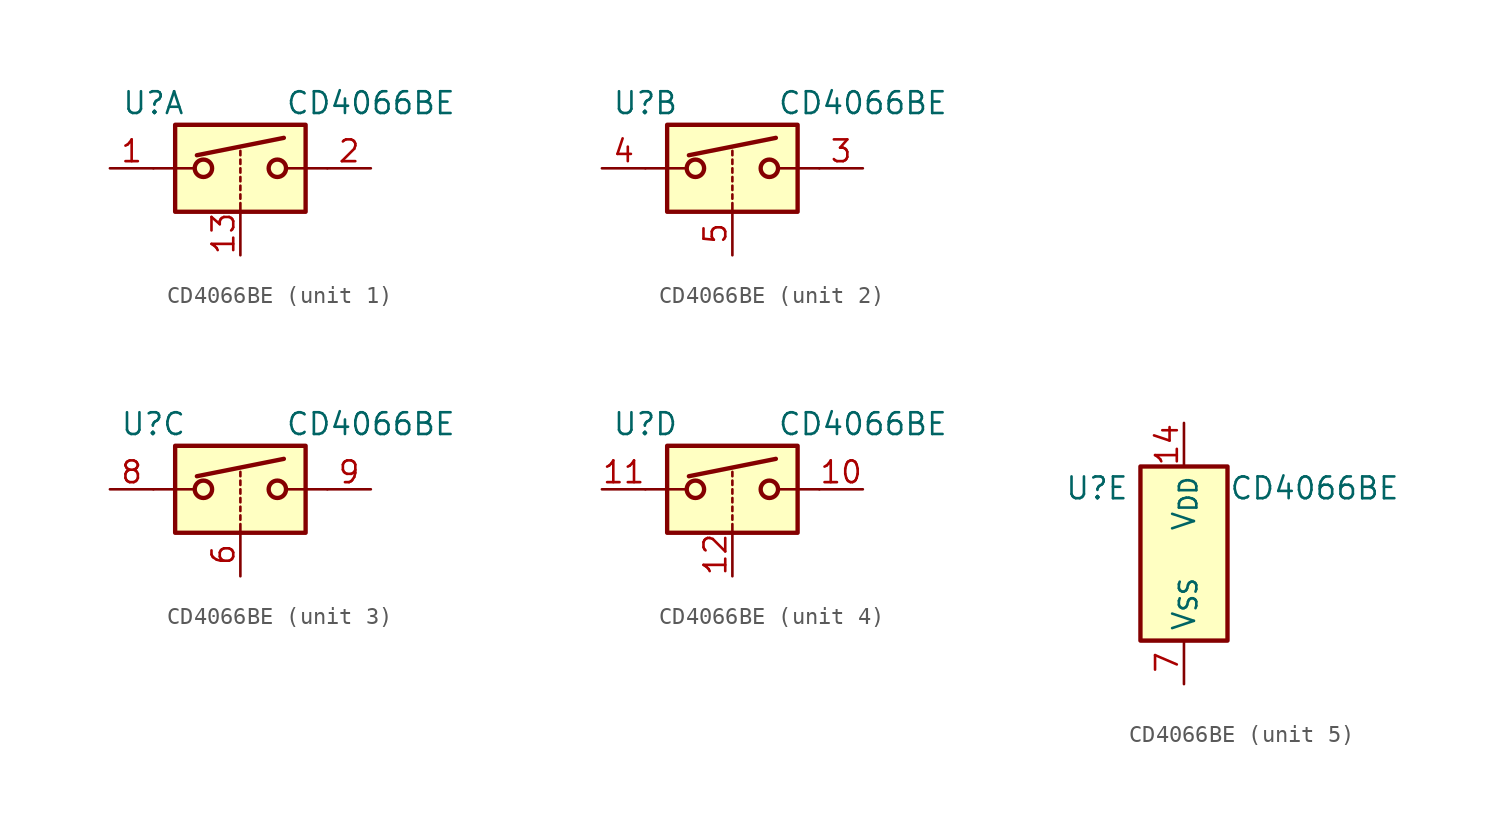
<source format=kicad_sym>
(kicad_symbol_lib
  (version 20220914)
  (generator kicad_symbol_editor)
  (symbol "CD4066BE"
    (property "Reference" "U"
      (at -5.08 3.81 0)
      (effects (font (size 1.27 1.27))))
    (property "Value" "CD4066BE"
      (at 7.62 3.81 0)
      (effects (font (size 1.27 1.27))))
    (property "ki_locked" ""
      (at 0 0 0)
      (effects (font (size 1.27 1.27))))
    (symbol "CD4066BE_1_1"
      (rectangle (start -3.81 2.54) (end 3.81 -2.54) (stroke (width 0.254) (type default)) (fill (type background)))
      (circle (center -2.159 0) (radius 0.508) (stroke (width 0.254) (type default)) (fill (type none)))
      (polyline (pts (xy -5.08 0) (xy -2.794 0)) (stroke (width 0) (type default)) (fill (type none)))
      (polyline (pts (xy -2.54 0.762) (xy 2.54 1.778)) (stroke (width 0.254) (type default)) (fill (type none)))
      (polyline (pts (xy 0 -2.54) (xy 0 -2.032)) (stroke (width 0) (type default)) (fill (type none)))
      (polyline (pts (xy 0 -1.778) (xy 0 -1.524)) (stroke (width 0) (type default)) (fill (type none)))
      (polyline (pts (xy 0 -1.27) (xy 0 -1.016)) (stroke (width 0) (type default)) (fill (type none)))
      (polyline (pts (xy 0 -0.762) (xy 0 -0.508)) (stroke (width 0) (type default)) (fill (type none)))
      (polyline (pts (xy 0 -0.254) (xy 0 0)) (stroke (width 0) (type default)) (fill (type none)))
      (polyline (pts (xy 0 0.254) (xy 0 0.508)) (stroke (width 0) (type default)) (fill (type none)))
      (polyline (pts (xy 0 0.762) (xy 0 1.016)) (stroke (width 0) (type default)) (fill (type none)))
      (polyline (pts (xy 5.08 0) (xy 2.794 0)) (stroke (width 0) (type default)) (fill (type none)))
      (circle (center 2.159 0) (radius 0.508) (stroke (width 0.254) (type default)) (fill (type none)))
      (pin bidirectional line (at -7.62 0 0) (length 2.54) (name "~" (effects (font (size 1.27 1.27)))) (number "1" (effects (font (size 1.27 1.27)))))
      (pin input line (at 0 -5.08 90) (length 2.54) (name "~" (effects (font (size 1.27 1.27)))) (number "13" (effects (font (size 1.27 1.27)))))
      (pin bidirectional line (at 7.62 0 180) (length 2.54) (name "~" (effects (font (size 1.27 1.27)))) (number "2" (effects (font (size 1.27 1.27))))))
    (symbol "CD4066BE_2_1"
      (rectangle (start -3.81 2.54) (end 3.81 -2.54) (stroke (width 0.254) (type default)) (fill (type background)))
      (circle (center -2.159 0) (radius 0.508) (stroke (width 0.254) (type default)) (fill (type none)))
      (polyline (pts (xy -5.08 0) (xy -2.794 0)) (stroke (width 0) (type default)) (fill (type none)))
      (polyline (pts (xy -2.54 0.762) (xy 2.54 1.778)) (stroke (width 0.254) (type default)) (fill (type none)))
      (polyline (pts (xy 0 -2.54) (xy 0 -2.032)) (stroke (width 0) (type default)) (fill (type none)))
      (polyline (pts (xy 0 -1.778) (xy 0 -1.524)) (stroke (width 0) (type default)) (fill (type none)))
      (polyline (pts (xy 0 -1.27) (xy 0 -1.016)) (stroke (width 0) (type default)) (fill (type none)))
      (polyline (pts (xy 0 -0.762) (xy 0 -0.508)) (stroke (width 0) (type default)) (fill (type none)))
      (polyline (pts (xy 0 -0.254) (xy 0 0)) (stroke (width 0) (type default)) (fill (type none)))
      (polyline (pts (xy 0 0.254) (xy 0 0.508)) (stroke (width 0) (type default)) (fill (type none)))
      (polyline (pts (xy 0 0.762) (xy 0 1.016)) (stroke (width 0) (type default)) (fill (type none)))
      (polyline (pts (xy 5.08 0) (xy 2.794 0)) (stroke (width 0) (type default)) (fill (type none)))
      (circle (center 2.159 0) (radius 0.508) (stroke (width 0.254) (type default)) (fill (type none)))
      (pin bidirectional line (at 7.62 0 180) (length 2.54) (name "~" (effects (font (size 1.27 1.27)))) (number "3" (effects (font (size 1.27 1.27)))))
      (pin bidirectional line (at -7.62 0 0) (length 2.54) (name "~" (effects (font (size 1.27 1.27)))) (number "4" (effects (font (size 1.27 1.27)))))
      (pin input line (at 0 -5.08 90) (length 2.54) (name "~" (effects (font (size 1.27 1.27)))) (number "5" (effects (font (size 1.27 1.27))))))
    (symbol "CD4066BE_3_1"
      (rectangle (start -3.81 2.54) (end 3.81 -2.54) (stroke (width 0.254) (type default)) (fill (type background)))
      (circle (center -2.159 0) (radius 0.508) (stroke (width 0.254) (type default)) (fill (type none)))
      (polyline (pts (xy -5.08 0) (xy -2.794 0)) (stroke (width 0) (type default)) (fill (type none)))
      (polyline (pts (xy -2.54 0.762) (xy 2.54 1.778)) (stroke (width 0.254) (type default)) (fill (type none)))
      (polyline (pts (xy 0 -2.54) (xy 0 -2.032)) (stroke (width 0) (type default)) (fill (type none)))
      (polyline (pts (xy 0 -1.778) (xy 0 -1.524)) (stroke (width 0) (type default)) (fill (type none)))
      (polyline (pts (xy 0 -1.27) (xy 0 -1.016)) (stroke (width 0) (type default)) (fill (type none)))
      (polyline (pts (xy 0 -0.762) (xy 0 -0.508)) (stroke (width 0) (type default)) (fill (type none)))
      (polyline (pts (xy 0 -0.254) (xy 0 0)) (stroke (width 0) (type default)) (fill (type none)))
      (polyline (pts (xy 0 0.254) (xy 0 0.508)) (stroke (width 0) (type default)) (fill (type none)))
      (polyline (pts (xy 0 0.762) (xy 0 1.016)) (stroke (width 0) (type default)) (fill (type none)))
      (polyline (pts (xy 5.08 0) (xy 2.794 0)) (stroke (width 0) (type default)) (fill (type none)))
      (circle (center 2.159 0) (radius 0.508) (stroke (width 0.254) (type default)) (fill (type none)))
      (pin input line (at 0 -5.08 90) (length 2.54) (name "~" (effects (font (size 1.27 1.27)))) (number "6" (effects (font (size 1.27 1.27)))))
      (pin bidirectional line (at -7.62 0 0) (length 2.54) (name "~" (effects (font (size 1.27 1.27)))) (number "8" (effects (font (size 1.27 1.27)))))
      (pin bidirectional line (at 7.62 0 180) (length 2.54) (name "~" (effects (font (size 1.27 1.27)))) (number "9" (effects (font (size 1.27 1.27))))))
    (symbol "CD4066BE_4_1"
      (rectangle (start -3.81 2.54) (end 3.81 -2.54) (stroke (width 0.254) (type default)) (fill (type background)))
      (circle (center -2.159 0) (radius 0.508) (stroke (width 0.254) (type default)) (fill (type none)))
      (polyline (pts (xy -5.08 0) (xy -2.794 0)) (stroke (width 0) (type default)) (fill (type none)))
      (polyline (pts (xy -2.54 0.762) (xy 2.54 1.778)) (stroke (width 0.254) (type default)) (fill (type none)))
      (polyline (pts (xy 0 -2.54) (xy 0 -2.032)) (stroke (width 0) (type default)) (fill (type none)))
      (polyline (pts (xy 0 -1.778) (xy 0 -1.524)) (stroke (width 0) (type default)) (fill (type none)))
      (polyline (pts (xy 0 -1.27) (xy 0 -1.016)) (stroke (width 0) (type default)) (fill (type none)))
      (polyline (pts (xy 0 -0.762) (xy 0 -0.508)) (stroke (width 0) (type default)) (fill (type none)))
      (polyline (pts (xy 0 -0.254) (xy 0 0)) (stroke (width 0) (type default)) (fill (type none)))
      (polyline (pts (xy 0 0.254) (xy 0 0.508)) (stroke (width 0) (type default)) (fill (type none)))
      (polyline (pts (xy 0 0.762) (xy 0 1.016)) (stroke (width 0) (type default)) (fill (type none)))
      (polyline (pts (xy 5.08 0) (xy 2.794 0)) (stroke (width 0) (type default)) (fill (type none)))
      (circle (center 2.159 0) (radius 0.508) (stroke (width 0.254) (type default)) (fill (type none)))
      (pin bidirectional line (at 7.62 0 180) (length 2.54) (name "~" (effects (font (size 1.27 1.27)))) (number "10" (effects (font (size 1.27 1.27)))))
      (pin bidirectional line (at -7.62 0 0) (length 2.54) (name "~" (effects (font (size 1.27 1.27)))) (number "11" (effects (font (size 1.27 1.27)))))
      (pin input line (at 0 -5.08 90) (length 2.54) (name "~" (effects (font (size 1.27 1.27)))) (number "12" (effects (font (size 1.27 1.27))))))
    (symbol "CD4066BE_5_1"
      (rectangle (start -2.54 5.08) (end 2.54 -5.08) (stroke (width 0.254) (type default)) (fill (type background)))
      (pin power_in line (at 0 7.62 270) (length 2.54) (name "V_{DD}" (effects (font (size 1.27 1.27)))) (number "14" (effects (font (size 1.27 1.27)))))
      (pin power_in line (at 0 -7.62 90) (length 2.54) (name "V_{SS}" (effects (font (size 1.27 1.27)))) (number "7" (effects (font (size 1.27 1.27))))))))
</source>
